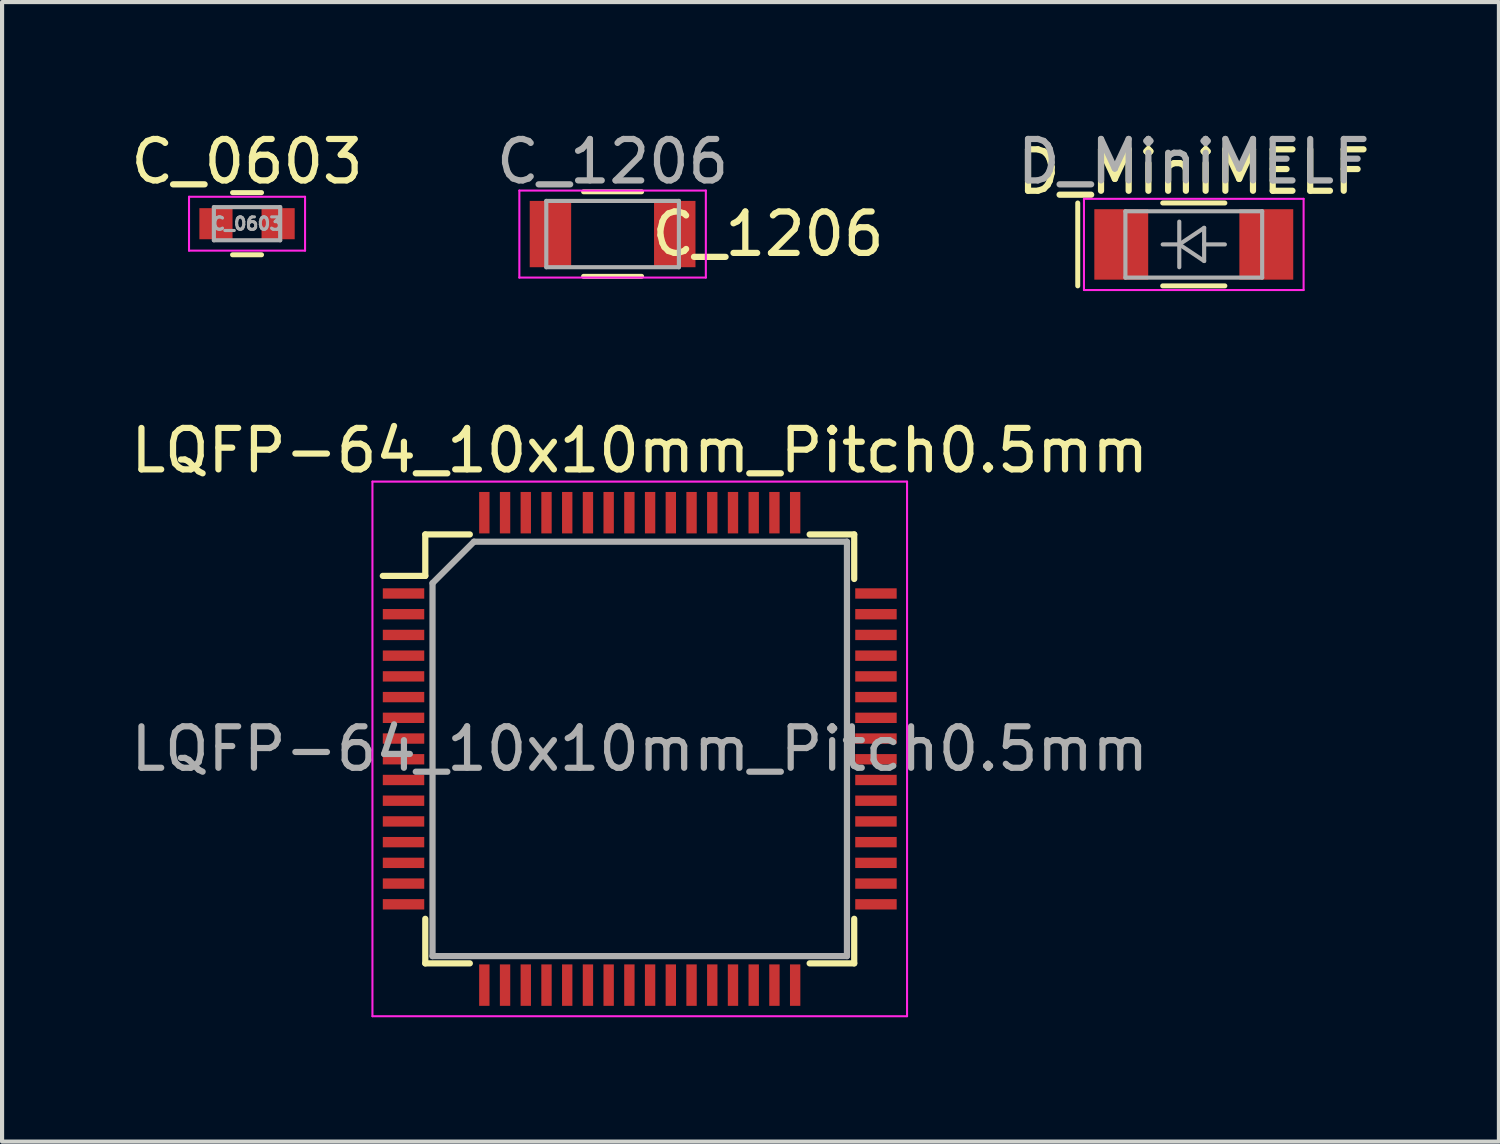
<source format=kicad_pcb>
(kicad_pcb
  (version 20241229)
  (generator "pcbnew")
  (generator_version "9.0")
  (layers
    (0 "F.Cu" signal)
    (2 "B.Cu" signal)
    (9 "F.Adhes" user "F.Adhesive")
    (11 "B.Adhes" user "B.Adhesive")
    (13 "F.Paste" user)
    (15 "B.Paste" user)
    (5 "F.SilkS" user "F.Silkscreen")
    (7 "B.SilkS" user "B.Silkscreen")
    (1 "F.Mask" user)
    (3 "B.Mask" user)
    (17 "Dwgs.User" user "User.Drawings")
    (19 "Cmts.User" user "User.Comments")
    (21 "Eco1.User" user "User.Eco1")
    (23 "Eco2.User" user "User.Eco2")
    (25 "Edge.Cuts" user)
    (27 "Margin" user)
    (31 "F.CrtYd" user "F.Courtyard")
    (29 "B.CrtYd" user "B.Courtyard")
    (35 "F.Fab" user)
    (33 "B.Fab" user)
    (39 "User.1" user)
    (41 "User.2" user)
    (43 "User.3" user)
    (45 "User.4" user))
  (footprint "LQFP-64_10x10mm_Pitch0.5mm"
    (layer "F.Cu")
    (at 12.387 15.021)
    (property "Reference" "LQFP-64_10x10mm_Pitch0.5mm" (at 0 -7.2 0) (layer "F.SilkS") (effects (font (size 1 1) (thickness 0.15))))
    (attr smd)
    (fp_line (start -5.175 -5.175) (end -5.175 -4.175) (stroke (width 0.15) (type solid)) (layer "F.SilkS"))
    (fp_line (start -5.175 -5.175) (end -4.1 -5.175) (stroke (width 0.15) (type solid)) (layer "F.SilkS"))
    (fp_line (start -5.175 -4.175) (end -6.2 -4.175) (stroke (width 0.15) (type solid)) (layer "F.SilkS"))
    (fp_line (start -5.175 5.175) (end -5.175 4.1) (stroke (width 0.15) (type solid)) (layer "F.SilkS"))
    (fp_line (start -5.175 5.175) (end -4.1 5.175) (stroke (width 0.15) (type solid)) (layer "F.SilkS"))
    (fp_line (start 5.175 -5.175) (end 4.1 -5.175) (stroke (width 0.15) (type solid)) (layer "F.SilkS"))
    (fp_line (start 5.175 -5.175) (end 5.175 -4.1) (stroke (width 0.15) (type solid)) (layer "F.SilkS"))
    (fp_line (start 5.175 5.175) (end 4.1 5.175) (stroke (width 0.15) (type solid)) (layer "F.SilkS"))
    (fp_line (start 5.175 5.175) (end 5.175 4.1) (stroke (width 0.15) (type solid)) (layer "F.SilkS"))
    (fp_line (start -6.45 -6.45) (end -6.45 6.45) (stroke (width 0.05) (type solid)) (layer "F.CrtYd"))
    (fp_line (start -6.45 -6.45) (end 6.45 -6.45) (stroke (width 0.05) (type solid)) (layer "F.CrtYd"))
    (fp_line (start -6.45 6.45) (end 6.45 6.45) (stroke (width 0.05) (type solid)) (layer "F.CrtYd"))
    (fp_line (start 6.45 -6.45) (end 6.45 6.45) (stroke (width 0.05) (type solid)) (layer "F.CrtYd"))
    (fp_line (start -5 -4) (end -4 -5) (stroke (width 0.15) (type solid)) (layer "F.Fab"))
    (fp_line (start -5 5) (end -5 -4) (stroke (width 0.15) (type solid)) (layer "F.Fab"))
    (fp_line (start -4 -5) (end 5 -5) (stroke (width 0.15) (type solid)) (layer "F.Fab"))
    (fp_line (start 5 -5) (end 5 5) (stroke (width 0.15) (type solid)) (layer "F.Fab"))
    (fp_line (start 5 5) (end -5 5) (stroke (width 0.15) (type solid)) (layer "F.Fab"))
    (fp_text user "${REFERENCE}" (at 0 0 0) (layer "F.Fab") (effects (font (size 1 1) (thickness 0.15))))
    (pad "1" smd rect (at -5.7 -3.75) (size 1 0.25) (layers "F.Cu" "F.Mask" "F.Paste"))
    (pad "2" smd rect (at -5.7 -3.25) (size 1 0.25) (layers "F.Cu" "F.Mask" "F.Paste"))
    (pad "3" smd rect (at -5.7 -2.75) (size 1 0.25) (layers "F.Cu" "F.Mask" "F.Paste"))
    (pad "4" smd rect (at -5.7 -2.25) (size 1 0.25) (layers "F.Cu" "F.Mask" "F.Paste"))
    (pad "5" smd rect (at -5.7 -1.75) (size 1 0.25) (layers "F.Cu" "F.Mask" "F.Paste"))
    (pad "6" smd rect (at -5.7 -1.25) (size 1 0.25) (layers "F.Cu" "F.Mask" "F.Paste"))
    (pad "7" smd rect (at -5.7 -0.75) (size 1 0.25) (layers "F.Cu" "F.Mask" "F.Paste"))
    (pad "8" smd rect (at -5.7 -0.25) (size 1 0.25) (layers "F.Cu" "F.Mask" "F.Paste"))
    (pad "9" smd rect (at -5.7 0.25) (size 1 0.25) (layers "F.Cu" "F.Mask" "F.Paste"))
    (pad "10" smd rect (at -5.7 0.75) (size 1 0.25) (layers "F.Cu" "F.Mask" "F.Paste"))
    (pad "11" smd rect (at -5.7 1.25) (size 1 0.25) (layers "F.Cu" "F.Mask" "F.Paste"))
    (pad "12" smd rect (at -5.7 1.75) (size 1 0.25) (layers "F.Cu" "F.Mask" "F.Paste"))
    (pad "13" smd rect (at -5.7 2.25) (size 1 0.25) (layers "F.Cu" "F.Mask" "F.Paste"))
    (pad "14" smd rect (at -5.7 2.75) (size 1 0.25) (layers "F.Cu" "F.Mask" "F.Paste"))
    (pad "15" smd rect (at -5.7 3.25) (size 1 0.25) (layers "F.Cu" "F.Mask" "F.Paste"))
    (pad "16" smd rect (at -5.7 3.75) (size 1 0.25) (layers "F.Cu" "F.Mask" "F.Paste"))
    (pad "17" smd rect (at -3.75 5.7 90) (size 1 0.25) (layers "F.Cu" "F.Mask" "F.Paste"))
    (pad "18" smd rect (at -3.25 5.7 90) (size 1 0.25) (layers "F.Cu" "F.Mask" "F.Paste"))
    (pad "19" smd rect (at -2.75 5.7 90) (size 1 0.25) (layers "F.Cu" "F.Mask" "F.Paste"))
    (pad "20" smd rect (at -2.25 5.7 90) (size 1 0.25) (layers "F.Cu" "F.Mask" "F.Paste"))
    (pad "21" smd rect (at -1.75 5.7 90) (size 1 0.25) (layers "F.Cu" "F.Mask" "F.Paste"))
    (pad "22" smd rect (at -1.25 5.7 90) (size 1 0.25) (layers "F.Cu" "F.Mask" "F.Paste"))
    (pad "23" smd rect (at -0.75 5.7 90) (size 1 0.25) (layers "F.Cu" "F.Mask" "F.Paste"))
    (pad "24" smd rect (at -0.25 5.7 90) (size 1 0.25) (layers "F.Cu" "F.Mask" "F.Paste"))
    (pad "25" smd rect (at 0.25 5.7 90) (size 1 0.25) (layers "F.Cu" "F.Mask" "F.Paste"))
    (pad "26" smd rect (at 0.75 5.7 90) (size 1 0.25) (layers "F.Cu" "F.Mask" "F.Paste"))
    (pad "27" smd rect (at 1.25 5.7 90) (size 1 0.25) (layers "F.Cu" "F.Mask" "F.Paste"))
    (pad "28" smd rect (at 1.75 5.7 90) (size 1 0.25) (layers "F.Cu" "F.Mask" "F.Paste"))
    (pad "29" smd rect (at 2.25 5.7 90) (size 1 0.25) (layers "F.Cu" "F.Mask" "F.Paste"))
    (pad "30" smd rect (at 2.75 5.7 90) (size 1 0.25) (layers "F.Cu" "F.Mask" "F.Paste"))
    (pad "31" smd rect (at 3.25 5.7 90) (size 1 0.25) (layers "F.Cu" "F.Mask" "F.Paste"))
    (pad "32" smd rect (at 3.75 5.7 90) (size 1 0.25) (layers "F.Cu" "F.Mask" "F.Paste"))
    (pad "33" smd rect (at 5.7 3.75) (size 1 0.25) (layers "F.Cu" "F.Mask" "F.Paste"))
    (pad "34" smd rect (at 5.7 3.25) (size 1 0.25) (layers "F.Cu" "F.Mask" "F.Paste"))
    (pad "35" smd rect (at 5.7 2.75) (size 1 0.25) (layers "F.Cu" "F.Mask" "F.Paste"))
    (pad "36" smd rect (at 5.7 2.25) (size 1 0.25) (layers "F.Cu" "F.Mask" "F.Paste"))
    (pad "37" smd rect (at 5.7 1.75) (size 1 0.25) (layers "F.Cu" "F.Mask" "F.Paste"))
    (pad "38" smd rect (at 5.7 1.25) (size 1 0.25) (layers "F.Cu" "F.Mask" "F.Paste"))
    (pad "39" smd rect (at 5.7 0.75) (size 1 0.25) (layers "F.Cu" "F.Mask" "F.Paste"))
    (pad "40" smd rect (at 5.7 0.25) (size 1 0.25) (layers "F.Cu" "F.Mask" "F.Paste"))
    (pad "41" smd rect (at 5.7 -0.25) (size 1 0.25) (layers "F.Cu" "F.Mask" "F.Paste"))
    (pad "42" smd rect (at 5.7 -0.75) (size 1 0.25) (layers "F.Cu" "F.Mask" "F.Paste"))
    (pad "43" smd rect (at 5.7 -1.25) (size 1 0.25) (layers "F.Cu" "F.Mask" "F.Paste"))
    (pad "44" smd rect (at 5.7 -1.75) (size 1 0.25) (layers "F.Cu" "F.Mask" "F.Paste"))
    (pad "45" smd rect (at 5.7 -2.25) (size 1 0.25) (layers "F.Cu" "F.Mask" "F.Paste"))
    (pad "46" smd rect (at 5.7 -2.75) (size 1 0.25) (layers "F.Cu" "F.Mask" "F.Paste"))
    (pad "47" smd rect (at 5.7 -3.25) (size 1 0.25) (layers "F.Cu" "F.Mask" "F.Paste"))
    (pad "48" smd rect (at 5.7 -3.75) (size 1 0.25) (layers "F.Cu" "F.Mask" "F.Paste"))
    (pad "49" smd rect (at 3.75 -5.7 90) (size 1 0.25) (layers "F.Cu" "F.Mask" "F.Paste"))
    (pad "50" smd rect (at 3.25 -5.7 90) (size 1 0.25) (layers "F.Cu" "F.Mask" "F.Paste"))
    (pad "51" smd rect (at 2.75 -5.7 90) (size 1 0.25) (layers "F.Cu" "F.Mask" "F.Paste"))
    (pad "52" smd rect (at 2.25 -5.7 90) (size 1 0.25) (layers "F.Cu" "F.Mask" "F.Paste"))
    (pad "53" smd rect (at 1.75 -5.7 90) (size 1 0.25) (layers "F.Cu" "F.Mask" "F.Paste"))
    (pad "54" smd rect (at 1.25 -5.7 90) (size 1 0.25) (layers "F.Cu" "F.Mask" "F.Paste"))
    (pad "55" smd rect (at 0.75 -5.7 90) (size 1 0.25) (layers "F.Cu" "F.Mask" "F.Paste"))
    (pad "56" smd rect (at 0.25 -5.7 90) (size 1 0.25) (layers "F.Cu" "F.Mask" "F.Paste"))
    (pad "57" smd rect (at -0.25 -5.7 90) (size 1 0.25) (layers "F.Cu" "F.Mask" "F.Paste"))
    (pad "58" smd rect (at -0.75 -5.7 90) (size 1 0.25) (layers "F.Cu" "F.Mask" "F.Paste"))
    (pad "59" smd rect (at -1.25 -5.7 90) (size 1 0.25) (layers "F.Cu" "F.Mask" "F.Paste"))
    (pad "60" smd rect (at -1.75 -5.7 90) (size 1 0.25) (layers "F.Cu" "F.Mask" "F.Paste"))
    (pad "61" smd rect (at -2.25 -5.7 90) (size 1 0.25) (layers "F.Cu" "F.Mask" "F.Paste"))
    (pad "62" smd rect (at -2.75 -5.7 90) (size 1 0.25) (layers "F.Cu" "F.Mask" "F.Paste"))
    (pad "63" smd rect (at -3.25 -5.7 90) (size 1 0.25) (layers "F.Cu" "F.Mask" "F.Paste"))
    (pad "64" smd rect (at -3.75 -5.7 90) (size 1 0.25) (layers "F.Cu" "F.Mask" "F.Paste")))
  (footprint "C_1206"
    (layer "F.Cu")
    (at 11.732 2.598)
    (property "Reference" "C_1206" (at 3.75 0 0) (layer "F.SilkS") (effects (font (size 1 1) (thickness 0.15))))
    (attr smd)
    (fp_line (start -0.7 1.02) (end 0.7 1.02) (stroke (width 0.12) (type solid)) (layer "F.SilkS"))
    (fp_line (start 0.7 -1.02) (end -0.7 -1.02) (stroke (width 0.12) (type solid)) (layer "F.SilkS"))
    (fp_line (start -2.25 -1.05) (end -2.25 1.05) (stroke (width 0.05) (type solid)) (layer "F.CrtYd"))
    (fp_line (start -2.25 -1.05) (end 2.25 -1.05) (stroke (width 0.05) (type solid)) (layer "F.CrtYd"))
    (fp_line (start 2.25 1.05) (end -2.25 1.05) (stroke (width 0.05) (type solid)) (layer "F.CrtYd"))
    (fp_line (start 2.25 1.05) (end 2.25 -1.05) (stroke (width 0.05) (type solid)) (layer "F.CrtYd"))
    (fp_line (start -1.6 -0.8) (end 1.6 -0.8) (stroke (width 0.1) (type solid)) (layer "F.Fab"))
    (fp_line (start -1.6 0.8) (end -1.6 -0.8) (stroke (width 0.1) (type solid)) (layer "F.Fab"))
    (fp_line (start 1.6 -0.8) (end 1.6 0.8) (stroke (width 0.1) (type solid)) (layer "F.Fab"))
    (fp_line (start 1.6 0.8) (end -1.6 0.8) (stroke (width 0.1) (type solid)) (layer "F.Fab"))
    (fp_text user "${REFERENCE}" (at 0 -1.75 0) (layer "F.Fab") (effects (font (size 1 1) (thickness 0.15))))
    (pad "1" smd rect (at -1.5 0) (size 1 1.6) (layers "F.Cu" "F.Mask" "F.Paste"))
    (pad "2" smd rect (at 1.5 0) (size 1 1.6) (layers "F.Cu" "F.Mask" "F.Paste")))
  (footprint "C_0603"
    (layer "F.Cu")
    (at 2.911 2.348)
    (property "Reference" "C_0603" (at 0 -1.5 180) (layer "F.SilkS") (effects (font (size 1 1) (thickness 0.15))))
    (attr smd)
    (fp_line (start -0.35 -0.75) (end 0.35 -0.75) (stroke (width 0.12) (type solid)) (layer "F.SilkS"))
    (fp_line (start 0.35 0.75) (end -0.35 0.75) (stroke (width 0.12) (type solid)) (layer "F.SilkS"))
    (fp_line (start -1.4 -0.65) (end -1.4 0.65) (stroke (width 0.05) (type solid)) (layer "F.CrtYd"))
    (fp_line (start -1.4 -0.65) (end 1.4 -0.65) (stroke (width 0.05) (type solid)) (layer "F.CrtYd"))
    (fp_line (start 1.4 0.65) (end -1.4 0.65) (stroke (width 0.05) (type solid)) (layer "F.CrtYd"))
    (fp_line (start 1.4 0.65) (end 1.4 -0.65) (stroke (width 0.05) (type solid)) (layer "F.CrtYd"))
    (fp_line (start -0.8 -0.4) (end 0.8 -0.4) (stroke (width 0.1) (type solid)) (layer "F.Fab"))
    (fp_line (start -0.8 0.4) (end -0.8 -0.4) (stroke (width 0.1) (type solid)) (layer "F.Fab"))
    (fp_line (start 0.8 -0.4) (end 0.8 0.4) (stroke (width 0.1) (type solid)) (layer "F.Fab"))
    (fp_line (start 0.8 0.4) (end -0.8 0.4) (stroke (width 0.1) (type solid)) (layer "F.Fab"))
    (fp_text user "${REFERENCE}" (at 0 0 0) (layer "F.Fab") (effects (font (size 0.3 0.3) (thickness 0.075))))
    (pad "1" smd rect (at -0.75 0) (size 0.8 0.75) (layers "F.Cu" "F.Mask" "F.Paste"))
    (pad "2" smd rect (at 0.75 0) (size 0.8 0.75) (layers "F.Cu" "F.Mask" "F.Paste")))
  (footprint "D_MiniMELF"
    (layer "F.Cu")
    (at 25.756 2.848)
    (property "Reference" "D_MiniMELF" (at 0 -1.75 180) (layer "F.SilkS") (effects (font (size 1 1) (thickness 0.15))))
    (attr smd)
    (fp_line (start -2.8 -1) (end -2.8 1) (stroke (width 0.12) (type solid)) (layer "F.SilkS"))
    (fp_line (start 0.75 -1) (end -0.75 -1) (stroke (width 0.12) (type solid)) (layer "F.SilkS"))
    (fp_line (start 0.75 1) (end -0.75 1) (stroke (width 0.12) (type solid)) (layer "F.SilkS"))
    (fp_line (start -2.65 -1.1) (end 2.65 -1.1) (stroke (width 0.05) (type solid)) (layer "F.CrtYd"))
    (fp_line (start -2.65 1.1) (end -2.65 -1.1) (stroke (width 0.05) (type solid)) (layer "F.CrtYd"))
    (fp_line (start 2.65 -1.1) (end 2.65 1.1) (stroke (width 0.05) (type solid)) (layer "F.CrtYd"))
    (fp_line (start 2.65 1.1) (end -2.65 1.1) (stroke (width 0.05) (type solid)) (layer "F.CrtYd"))
    (fp_line (start -1.65 -0.8) (end 1.65 -0.8) (stroke (width 0.1) (type solid)) (layer "F.Fab"))
    (fp_line (start -1.65 0.8) (end -1.65 -0.8) (stroke (width 0.1) (type solid)) (layer "F.Fab"))
    (fp_line (start -0.75 0) (end -0.35 0) (stroke (width 0.1) (type solid)) (layer "F.Fab"))
    (fp_line (start -0.35 0) (end -0.35 -0.55) (stroke (width 0.1) (type solid)) (layer "F.Fab"))
    (fp_line (start -0.35 0) (end -0.35 0.55) (stroke (width 0.1) (type solid)) (layer "F.Fab"))
    (fp_line (start -0.35 0) (end 0.25 -0.4) (stroke (width 0.1) (type solid)) (layer "F.Fab"))
    (fp_line (start 0.25 -0.4) (end 0.25 0.4) (stroke (width 0.1) (type solid)) (layer "F.Fab"))
    (fp_line (start 0.25 0) (end 0.75 0) (stroke (width 0.1) (type solid)) (layer "F.Fab"))
    (fp_line (start 0.25 0.4) (end -0.35 0) (stroke (width 0.1) (type solid)) (layer "F.Fab"))
    (fp_line (start 1.65 -0.8) (end 1.65 0.8) (stroke (width 0.1) (type solid)) (layer "F.Fab"))
    (fp_line (start 1.65 0.8) (end -1.65 0.8) (stroke (width 0.1) (type solid)) (layer "F.Fab"))
    (fp_text user "${REFERENCE}" (at 0 -2 0) (layer "F.Fab") (effects (font (size 1 1) (thickness 0.15))))
    (pad "1" smd rect (at -1.75 0) (size 1.3 1.7) (layers "F.Cu" "F.Mask" "F.Paste"))
    (pad "2" smd rect (at 1.75 0) (size 1.3 1.7) (layers "F.Cu" "F.Mask" "F.Paste")))
  (gr_rect
    (start -3 -3)
    (end 33.119 24.497)
    (stroke (width 0.1) (type default))
    (fill no)
    (layer "Edge.Cuts")))
</source>
